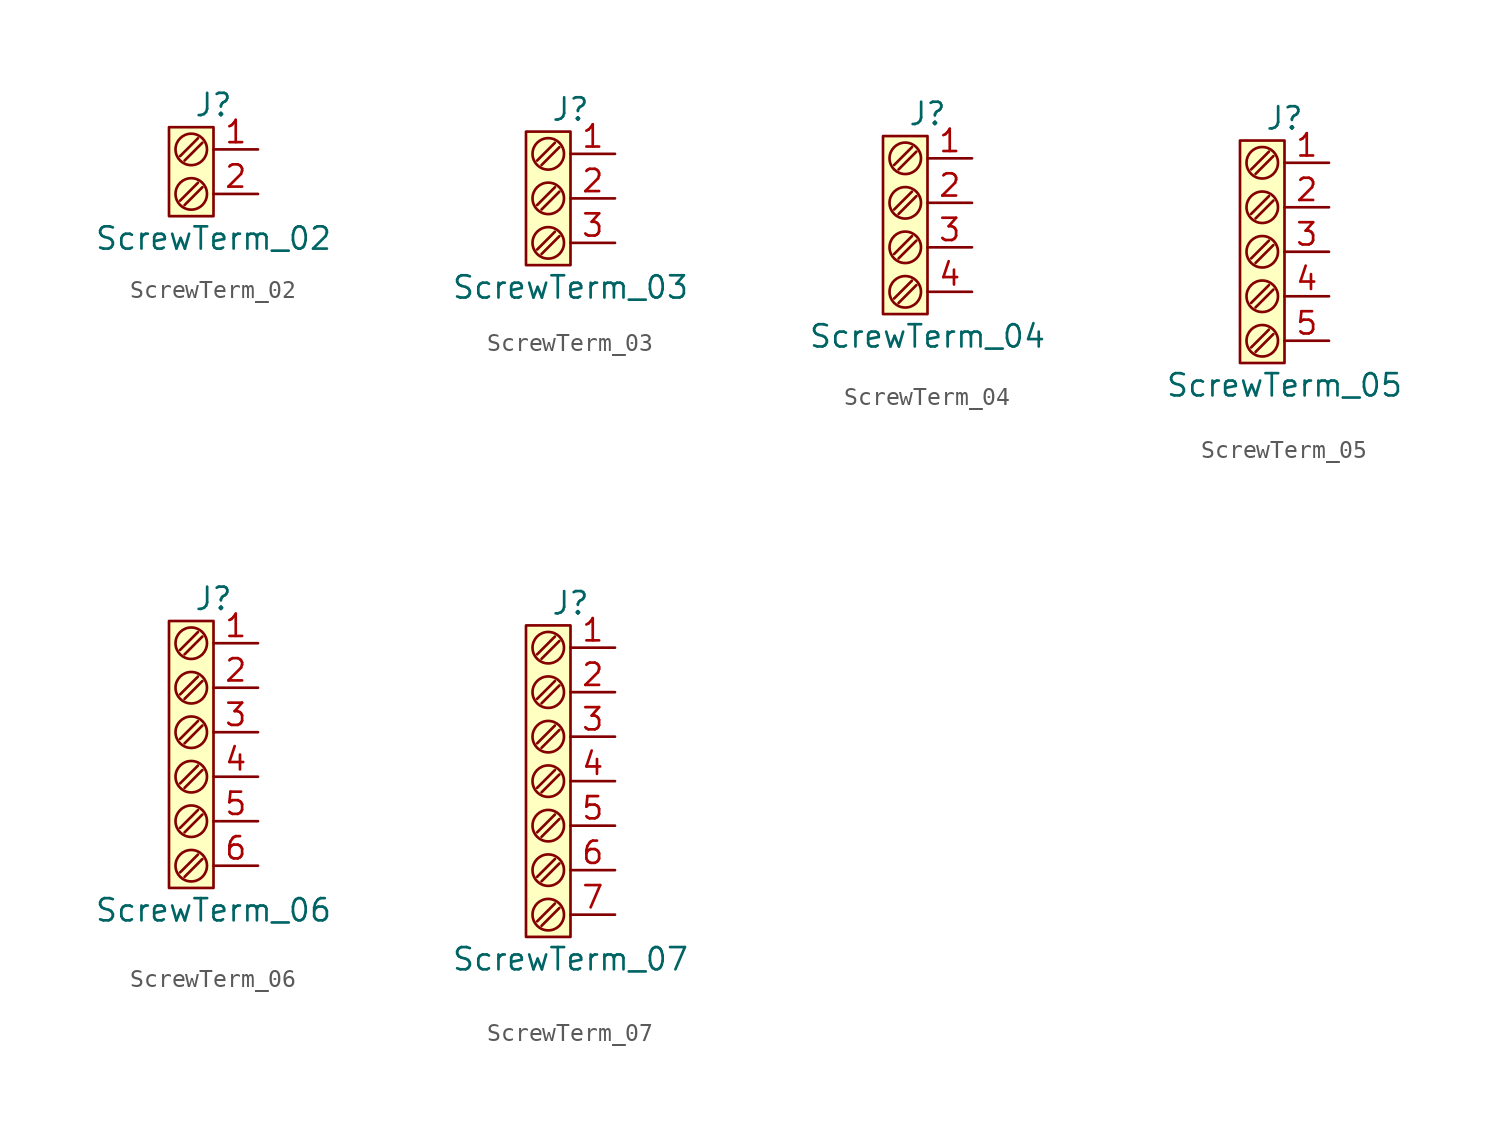
<source format=kicad_sym>
(kicad_symbol_lib
  (version 20220914)
  (generator kicad_symbol_editor)
  (symbol "ScrewTerm_02"
    (property "Reference" "J"
      (at 0 3.81 0)
      (effects (font (size 1.27 1.27))))
    (property "Value" "ScrewTerm_02"
      (at 0 -3.81 0)
      (effects (font (size 1.27 1.27))))
    (symbol "ScrewTerm_02_0_1"
      (circle (center -1.27 -1.27) (radius 0.898) (stroke (width 0) (type default)) (fill (type none)))
      (circle (center -1.27 1.27) (radius 0.898) (stroke (width 0) (type default)) (fill (type none)))
      (polyline (pts (xy -1.905 -1.651) (xy -0.889 -0.635)) (stroke (width 0) (type default)) (fill (type none)))
      (polyline (pts (xy -1.905 0.889) (xy -0.889 1.905)) (stroke (width 0) (type default)) (fill (type none)))
      (polyline (pts (xy -1.651 -1.905) (xy -0.635 -0.889)) (stroke (width 0) (type default)) (fill (type none)))
      (polyline (pts (xy -1.651 0.635) (xy -0.635 1.651)) (stroke (width 0) (type default)) (fill (type none))))
    (symbol "ScrewTerm_02_1_1"
      (rectangle (start -2.54 2.54) (end 0 -2.54) (stroke (width 0) (type default)) (fill (type background)))
      (pin passive line (at 2.54 1.27 180) (length 2.54) (name "" (effects (font (size 1.27 1.27)))) (number "1" (effects (font (size 1.27 1.27)))))
      (pin passive line (at 2.54 -1.27 180) (length 2.54) (name "" (effects (font (size 1.27 1.27)))) (number "2" (effects (font (size 1.27 1.27)))))))
  (symbol "ScrewTerm_03"
    (property "Reference" "J"
      (at 0 5.08 0)
      (effects (font (size 1.27 1.27))))
    (property "Value" "ScrewTerm_03"
      (at 0 -5.08 0)
      (effects (font (size 1.27 1.27))))
    (symbol "ScrewTerm_03_0_1"
      (circle (center -1.27 -2.54) (radius 0.898) (stroke (width 0) (type default)) (fill (type none)))
      (circle (center -1.27 0) (radius 0.898) (stroke (width 0) (type default)) (fill (type none)))
      (circle (center -1.27 2.54) (radius 0.898) (stroke (width 0) (type default)) (fill (type none)))
      (polyline (pts (xy -1.905 -2.921) (xy -0.889 -1.905)) (stroke (width 0) (type default)) (fill (type none)))
      (polyline (pts (xy -1.905 -0.381) (xy -0.889 0.635)) (stroke (width 0) (type default)) (fill (type none)))
      (polyline (pts (xy -1.905 2.159) (xy -0.889 3.175)) (stroke (width 0) (type default)) (fill (type none)))
      (polyline (pts (xy -1.651 -3.175) (xy -0.635 -2.159)) (stroke (width 0) (type default)) (fill (type none)))
      (polyline (pts (xy -1.651 -0.635) (xy -0.635 0.381)) (stroke (width 0) (type default)) (fill (type none)))
      (polyline (pts (xy -1.651 1.905) (xy -0.635 2.921)) (stroke (width 0) (type default)) (fill (type none))))
    (symbol "ScrewTerm_03_1_1"
      (rectangle (start -2.54 3.81) (end 0 -3.81) (stroke (width 0) (type default)) (fill (type background)))
      (pin passive line (at 2.54 2.54 180) (length 2.54) (name "" (effects (font (size 1.27 1.27)))) (number "1" (effects (font (size 1.27 1.27)))))
      (pin passive line (at 2.54 0 180) (length 2.54) (name "" (effects (font (size 1.27 1.27)))) (number "2" (effects (font (size 1.27 1.27)))))
      (pin passive line (at 2.54 -2.54 180) (length 2.54) (name "" (effects (font (size 1.27 1.27)))) (number "3" (effects (font (size 1.27 1.27)))))))
  (symbol "ScrewTerm_04"
    (property "Reference" "J"
      (at 0 6.35 0)
      (effects (font (size 1.27 1.27))))
    (property "Value" "ScrewTerm_04"
      (at 0 -6.35 0)
      (effects (font (size 1.27 1.27))))
    (symbol "ScrewTerm_04_0_1"
      (circle (center -1.27 -3.81) (radius 0.898) (stroke (width 0) (type default)) (fill (type none)))
      (circle (center -1.27 -1.27) (radius 0.898) (stroke (width 0) (type default)) (fill (type none)))
      (circle (center -1.27 1.27) (radius 0.898) (stroke (width 0) (type default)) (fill (type none)))
      (circle (center -1.27 3.81) (radius 0.898) (stroke (width 0) (type default)) (fill (type none)))
      (polyline (pts (xy -1.905 -4.191) (xy -0.889 -3.175)) (stroke (width 0) (type default)) (fill (type none)))
      (polyline (pts (xy -1.905 -1.651) (xy -0.889 -0.635)) (stroke (width 0) (type default)) (fill (type none)))
      (polyline (pts (xy -1.905 0.889) (xy -0.889 1.905)) (stroke (width 0) (type default)) (fill (type none)))
      (polyline (pts (xy -1.905 3.429) (xy -0.889 4.445)) (stroke (width 0) (type default)) (fill (type none)))
      (polyline (pts (xy -1.651 -4.445) (xy -0.635 -3.429)) (stroke (width 0) (type default)) (fill (type none)))
      (polyline (pts (xy -1.651 -1.905) (xy -0.635 -0.889)) (stroke (width 0) (type default)) (fill (type none)))
      (polyline (pts (xy -1.651 0.635) (xy -0.635 1.651)) (stroke (width 0) (type default)) (fill (type none)))
      (polyline (pts (xy -1.651 3.175) (xy -0.635 4.191)) (stroke (width 0) (type default)) (fill (type none))))
    (symbol "ScrewTerm_04_1_1"
      (rectangle (start -2.54 5.08) (end 0 -5.08) (stroke (width 0) (type default)) (fill (type background)))
      (pin passive line (at 2.54 3.81 180) (length 2.54) (name "" (effects (font (size 1.27 1.27)))) (number "1" (effects (font (size 1.27 1.27)))))
      (pin passive line (at 2.54 1.27 180) (length 2.54) (name "" (effects (font (size 1.27 1.27)))) (number "2" (effects (font (size 1.27 1.27)))))
      (pin passive line (at 2.54 -1.27 180) (length 2.54) (name "" (effects (font (size 1.27 1.27)))) (number "3" (effects (font (size 1.27 1.27)))))
      (pin passive line (at 2.54 -3.81 180) (length 2.54) (name "" (effects (font (size 1.27 1.27)))) (number "4" (effects (font (size 1.27 1.27)))))))
  (symbol "ScrewTerm_05"
    (property "Reference" "J"
      (at 0 7.62 0)
      (effects (font (size 1.27 1.27))))
    (property "Value" "ScrewTerm_05"
      (at 0 -7.62 0)
      (effects (font (size 1.27 1.27))))
    (symbol "ScrewTerm_05_0_1"
      (circle (center -1.27 -5.08) (radius 0.898) (stroke (width 0) (type default)) (fill (type none)))
      (circle (center -1.27 -2.54) (radius 0.898) (stroke (width 0) (type default)) (fill (type none)))
      (circle (center -1.27 0) (radius 0.898) (stroke (width 0) (type default)) (fill (type none)))
      (circle (center -1.27 2.54) (radius 0.898) (stroke (width 0) (type default)) (fill (type none)))
      (circle (center -1.27 5.08) (radius 0.898) (stroke (width 0) (type default)) (fill (type none)))
      (polyline (pts (xy -1.905 -5.461) (xy -0.889 -4.445)) (stroke (width 0) (type default)) (fill (type none)))
      (polyline (pts (xy -1.905 -2.921) (xy -0.889 -1.905)) (stroke (width 0) (type default)) (fill (type none)))
      (polyline (pts (xy -1.905 -0.381) (xy -0.889 0.635)) (stroke (width 0) (type default)) (fill (type none)))
      (polyline (pts (xy -1.905 2.159) (xy -0.889 3.175)) (stroke (width 0) (type default)) (fill (type none)))
      (polyline (pts (xy -1.905 4.699) (xy -0.889 5.715)) (stroke (width 0) (type default)) (fill (type none)))
      (polyline (pts (xy -1.651 -5.715) (xy -0.635 -4.699)) (stroke (width 0) (type default)) (fill (type none)))
      (polyline (pts (xy -1.651 -3.175) (xy -0.635 -2.159)) (stroke (width 0) (type default)) (fill (type none)))
      (polyline (pts (xy -1.651 -0.635) (xy -0.635 0.381)) (stroke (width 0) (type default)) (fill (type none)))
      (polyline (pts (xy -1.651 1.905) (xy -0.635 2.921)) (stroke (width 0) (type default)) (fill (type none)))
      (polyline (pts (xy -1.651 4.445) (xy -0.635 5.461)) (stroke (width 0) (type default)) (fill (type none))))
    (symbol "ScrewTerm_05_1_1"
      (rectangle (start -2.54 6.35) (end 0 -6.35) (stroke (width 0) (type default)) (fill (type background)))
      (pin passive line (at 2.54 5.08 180) (length 2.54) (name "" (effects (font (size 1.27 1.27)))) (number "1" (effects (font (size 1.27 1.27)))))
      (pin passive line (at 2.54 2.54 180) (length 2.54) (name "" (effects (font (size 1.27 1.27)))) (number "2" (effects (font (size 1.27 1.27)))))
      (pin passive line (at 2.54 0 180) (length 2.54) (name "" (effects (font (size 1.27 1.27)))) (number "3" (effects (font (size 1.27 1.27)))))
      (pin passive line (at 2.54 -2.54 180) (length 2.54) (name "" (effects (font (size 1.27 1.27)))) (number "4" (effects (font (size 1.27 1.27)))))
      (pin passive line (at 2.54 -5.08 180) (length 2.54) (name "" (effects (font (size 1.27 1.27)))) (number "5" (effects (font (size 1.27 1.27)))))))
  (symbol "ScrewTerm_06"
    (property "Reference" "J"
      (at 0 8.89 0)
      (effects (font (size 1.27 1.27))))
    (property "Value" "ScrewTerm_06"
      (at 0 -8.89 0)
      (effects (font (size 1.27 1.27))))
    (symbol "ScrewTerm_06_0_1"
      (circle (center -1.27 -6.35) (radius 0.898) (stroke (width 0) (type default)) (fill (type none)))
      (circle (center -1.27 -3.81) (radius 0.898) (stroke (width 0) (type default)) (fill (type none)))
      (circle (center -1.27 -1.27) (radius 0.898) (stroke (width 0) (type default)) (fill (type none)))
      (circle (center -1.27 1.27) (radius 0.898) (stroke (width 0) (type default)) (fill (type none)))
      (circle (center -1.27 3.81) (radius 0.898) (stroke (width 0) (type default)) (fill (type none)))
      (circle (center -1.27 6.35) (radius 0.898) (stroke (width 0) (type default)) (fill (type none)))
      (polyline (pts (xy -1.905 -6.731) (xy -0.889 -5.715)) (stroke (width 0) (type default)) (fill (type none)))
      (polyline (pts (xy -1.905 -4.191) (xy -0.889 -3.175)) (stroke (width 0) (type default)) (fill (type none)))
      (polyline (pts (xy -1.905 -1.651) (xy -0.889 -0.635)) (stroke (width 0) (type default)) (fill (type none)))
      (polyline (pts (xy -1.905 0.889) (xy -0.889 1.905)) (stroke (width 0) (type default)) (fill (type none)))
      (polyline (pts (xy -1.905 3.429) (xy -0.889 4.445)) (stroke (width 0) (type default)) (fill (type none)))
      (polyline (pts (xy -1.905 5.969) (xy -0.889 6.985)) (stroke (width 0) (type default)) (fill (type none)))
      (polyline (pts (xy -1.651 -6.985) (xy -0.635 -5.969)) (stroke (width 0) (type default)) (fill (type none)))
      (polyline (pts (xy -1.651 -4.445) (xy -0.635 -3.429)) (stroke (width 0) (type default)) (fill (type none)))
      (polyline (pts (xy -1.651 -1.905) (xy -0.635 -0.889)) (stroke (width 0) (type default)) (fill (type none)))
      (polyline (pts (xy -1.651 0.635) (xy -0.635 1.651)) (stroke (width 0) (type default)) (fill (type none)))
      (polyline (pts (xy -1.651 3.175) (xy -0.635 4.191)) (stroke (width 0) (type default)) (fill (type none)))
      (polyline (pts (xy -1.651 5.715) (xy -0.635 6.731)) (stroke (width 0) (type default)) (fill (type none))))
    (symbol "ScrewTerm_06_1_1"
      (rectangle (start -2.54 7.62) (end 0 -7.62) (stroke (width 0) (type default)) (fill (type background)))
      (pin passive line (at 2.54 6.35 180) (length 2.54) (name "" (effects (font (size 1.27 1.27)))) (number "1" (effects (font (size 1.27 1.27)))))
      (pin passive line (at 2.54 3.81 180) (length 2.54) (name "" (effects (font (size 1.27 1.27)))) (number "2" (effects (font (size 1.27 1.27)))))
      (pin passive line (at 2.54 1.27 180) (length 2.54) (name "" (effects (font (size 1.27 1.27)))) (number "3" (effects (font (size 1.27 1.27)))))
      (pin passive line (at 2.54 -1.27 180) (length 2.54) (name "" (effects (font (size 1.27 1.27)))) (number "4" (effects (font (size 1.27 1.27)))))
      (pin passive line (at 2.54 -3.81 180) (length 2.54) (name "" (effects (font (size 1.27 1.27)))) (number "5" (effects (font (size 1.27 1.27)))))
      (pin passive line (at 2.54 -6.35 180) (length 2.54) (name "" (effects (font (size 1.27 1.27)))) (number "6" (effects (font (size 1.27 1.27)))))))
  (symbol "ScrewTerm_07"
    (property "Reference" "J"
      (at 0 10.16 0)
      (effects (font (size 1.27 1.27))))
    (property "Value" "ScrewTerm_07"
      (at 0 -10.16 0)
      (effects (font (size 1.27 1.27))))
    (symbol "ScrewTerm_07_0_1"
      (circle (center -1.27 -7.62) (radius 0.898) (stroke (width 0) (type default)) (fill (type none)))
      (circle (center -1.27 -5.08) (radius 0.898) (stroke (width 0) (type default)) (fill (type none)))
      (circle (center -1.27 -2.54) (radius 0.898) (stroke (width 0) (type default)) (fill (type none)))
      (circle (center -1.27 0) (radius 0.898) (stroke (width 0) (type default)) (fill (type none)))
      (circle (center -1.27 2.54) (radius 0.898) (stroke (width 0) (type default)) (fill (type none)))
      (circle (center -1.27 5.08) (radius 0.898) (stroke (width 0) (type default)) (fill (type none)))
      (circle (center -1.27 7.62) (radius 0.898) (stroke (width 0) (type default)) (fill (type none)))
      (polyline (pts (xy -1.905 -8.001) (xy -0.889 -6.985)) (stroke (width 0) (type default)) (fill (type none)))
      (polyline (pts (xy -1.905 -5.461) (xy -0.889 -4.445)) (stroke (width 0) (type default)) (fill (type none)))
      (polyline (pts (xy -1.905 -2.921) (xy -0.889 -1.905)) (stroke (width 0) (type default)) (fill (type none)))
      (polyline (pts (xy -1.905 -0.381) (xy -0.889 0.635)) (stroke (width 0) (type default)) (fill (type none)))
      (polyline (pts (xy -1.905 2.159) (xy -0.889 3.175)) (stroke (width 0) (type default)) (fill (type none)))
      (polyline (pts (xy -1.905 4.699) (xy -0.889 5.715)) (stroke (width 0) (type default)) (fill (type none)))
      (polyline (pts (xy -1.905 7.239) (xy -0.889 8.255)) (stroke (width 0) (type default)) (fill (type none)))
      (polyline (pts (xy -1.651 -8.255) (xy -0.635 -7.239)) (stroke (width 0) (type default)) (fill (type none)))
      (polyline (pts (xy -1.651 -5.715) (xy -0.635 -4.699)) (stroke (width 0) (type default)) (fill (type none)))
      (polyline (pts (xy -1.651 -3.175) (xy -0.635 -2.159)) (stroke (width 0) (type default)) (fill (type none)))
      (polyline (pts (xy -1.651 -0.635) (xy -0.635 0.381)) (stroke (width 0) (type default)) (fill (type none)))
      (polyline (pts (xy -1.651 1.905) (xy -0.635 2.921)) (stroke (width 0) (type default)) (fill (type none)))
      (polyline (pts (xy -1.651 4.445) (xy -0.635 5.461)) (stroke (width 0) (type default)) (fill (type none)))
      (polyline (pts (xy -1.651 6.985) (xy -0.635 8.001)) (stroke (width 0) (type default)) (fill (type none))))
    (symbol "ScrewTerm_07_1_1"
      (rectangle (start -2.54 8.89) (end 0 -8.89) (stroke (width 0) (type default)) (fill (type background)))
      (pin passive line (at 2.54 7.62 180) (length 2.54) (name "" (effects (font (size 1.27 1.27)))) (number "1" (effects (font (size 1.27 1.27)))))
      (pin passive line (at 2.54 5.08 180) (length 2.54) (name "" (effects (font (size 1.27 1.27)))) (number "2" (effects (font (size 1.27 1.27)))))
      (pin passive line (at 2.54 2.54 180) (length 2.54) (name "" (effects (font (size 1.27 1.27)))) (number "3" (effects (font (size 1.27 1.27)))))
      (pin passive line (at 2.54 0 180) (length 2.54) (name "" (effects (font (size 1.27 1.27)))) (number "4" (effects (font (size 1.27 1.27)))))
      (pin passive line (at 2.54 -2.54 180) (length 2.54) (name "" (effects (font (size 1.27 1.27)))) (number "5" (effects (font (size 1.27 1.27)))))
      (pin passive line (at 2.54 -5.08 180) (length 2.54) (name "" (effects (font (size 1.27 1.27)))) (number "6" (effects (font (size 1.27 1.27)))))
      (pin passive line (at 2.54 -7.62 180) (length 2.54) (name "" (effects (font (size 1.27 1.27)))) (number "7" (effects (font (size 1.27 1.27))))))))
</source>
